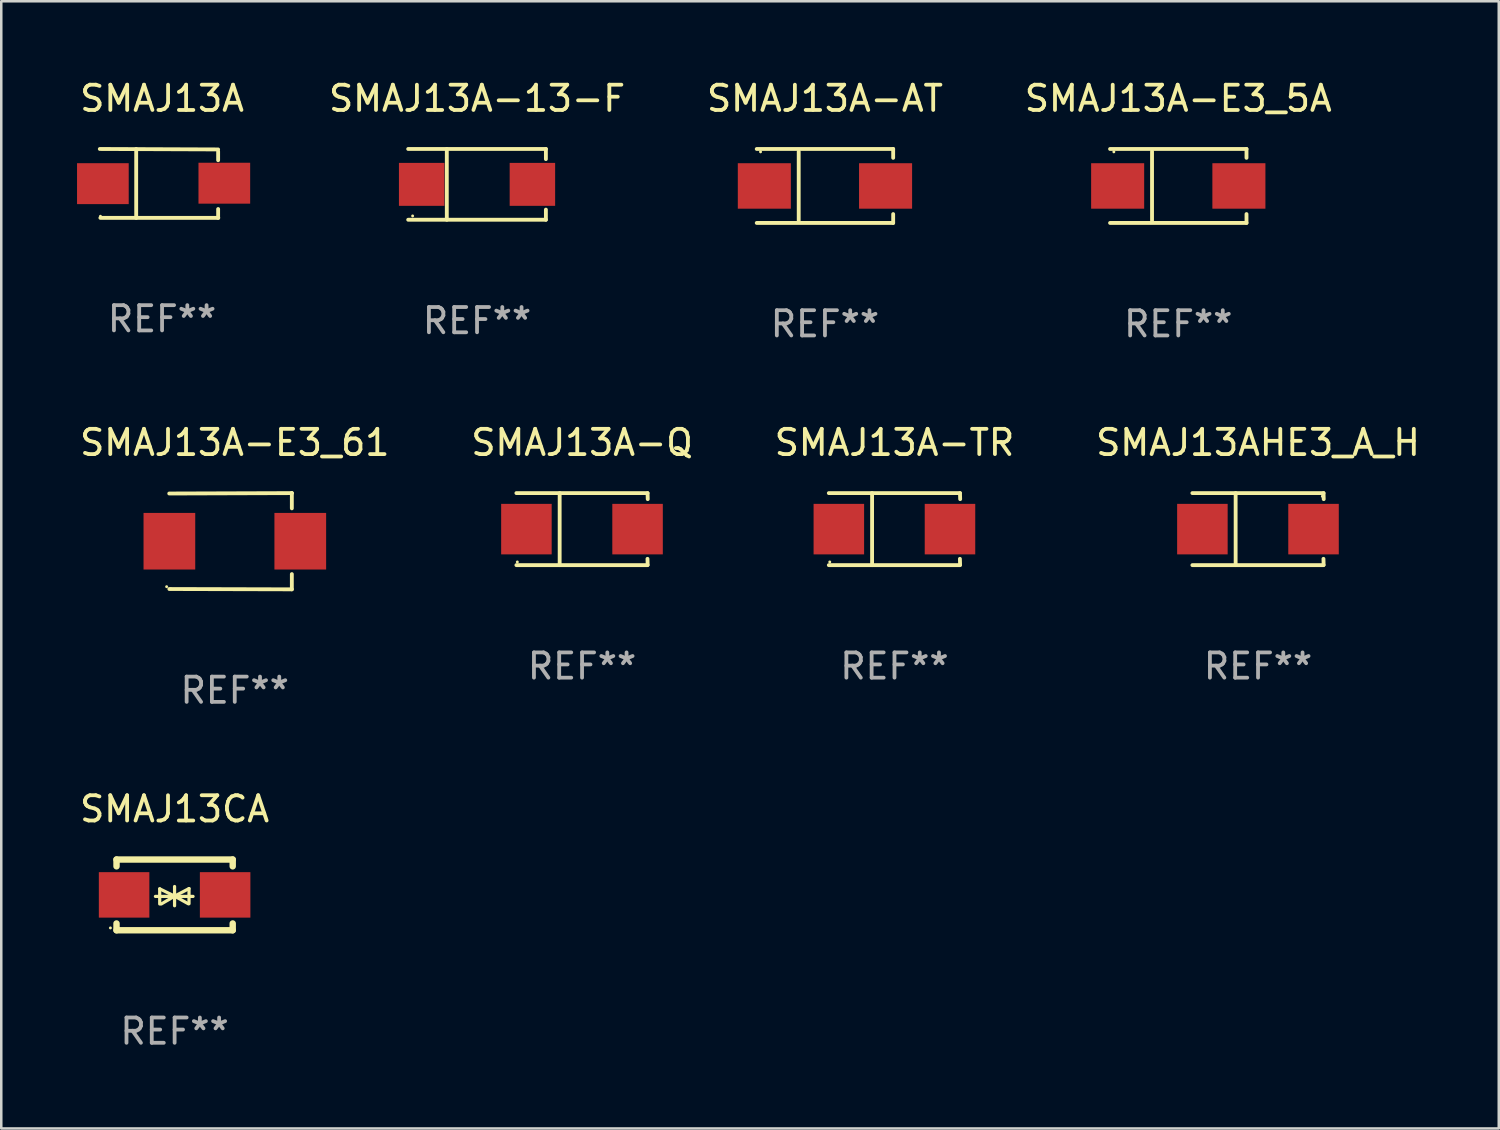
<source format=kicad_pcb>
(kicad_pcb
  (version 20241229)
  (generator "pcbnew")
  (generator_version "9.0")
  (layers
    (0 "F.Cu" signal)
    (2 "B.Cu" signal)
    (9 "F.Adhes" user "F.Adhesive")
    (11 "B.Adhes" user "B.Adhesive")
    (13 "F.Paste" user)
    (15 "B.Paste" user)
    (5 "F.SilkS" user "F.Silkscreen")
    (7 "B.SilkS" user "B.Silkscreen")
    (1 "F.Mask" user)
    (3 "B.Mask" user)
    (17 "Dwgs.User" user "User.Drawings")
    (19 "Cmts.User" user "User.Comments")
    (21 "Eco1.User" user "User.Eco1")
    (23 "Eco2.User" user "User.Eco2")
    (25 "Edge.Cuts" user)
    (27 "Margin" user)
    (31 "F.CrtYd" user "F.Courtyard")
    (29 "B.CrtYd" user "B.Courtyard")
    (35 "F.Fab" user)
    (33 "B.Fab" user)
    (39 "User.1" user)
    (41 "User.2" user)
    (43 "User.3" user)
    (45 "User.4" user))
  (footprint "SMAJ13A-AT"
    (layer "F.Cu")
    (at 29.61 4.312)
    (property "Reference" "SMAJ13A-AT" (at 0 -3.464 0) (layer "F.SilkS") (effects (font (size 1 1) (thickness 0.15))))
    (attr through_hole)
    (fp_line (start -2.701 -1.464) (end 2.701 -1.464) (stroke (width 0.152) (type solid)) (layer "F.SilkS"))
    (fp_line (start -2.701 1.464) (end 2.701 1.464) (stroke (width 0.152) (type solid)) (layer "F.SilkS"))
    (fp_line (start -1.039 -1.364) (end -1.039 1.364) (stroke (width 0.152) (type solid)) (layer "F.SilkS"))
    (fp_line (start 2.701 -1.464) (end 2.701 -1.113) (stroke (width 0.152) (type solid)) (layer "F.SilkS"))
    (fp_line (start 2.701 1.464) (end 2.701 1.113) (stroke (width 0.152) (type solid)) (layer "F.SilkS"))
    (fp_circle (center -2.55 -1.35) (end -2.52 -1.35) (stroke (width 0.06) (type solid)) (fill no) (layer "F.SilkS"))
    (fp_text user "REF**" (at 0 5.464 0) (layer "F.Fab") (effects (font (size 1 1) (thickness 0.15))))
    (pad "1" smd rect (at -2.4 0) (size 2.1 1.8) (layers "F.Cu" "F.Mask" "F.Paste"))
    (pad "2" smd rect (at 2.4 0) (size 2.1 1.8) (layers "F.Cu" "F.Mask" "F.Paste")))
  (footprint "SMAJ13A-TR"
    (layer "F.Cu")
    (at 32.363 17.898)
    (property "Reference" "SMAJ13A-TR" (at 0 -3.426 0) (layer "F.SilkS") (effects (font (size 1 1) (thickness 0.15))))
    (attr through_hole)
    (fp_line (start -2.6 -1.426) (end 2.593 -1.426) (stroke (width 0.152) (type solid)) (layer "F.SilkS"))
    (fp_line (start -2.6 1.426) (end 2.593 1.426) (stroke (width 0.152) (type solid)) (layer "F.SilkS"))
    (fp_line (start -0.887 -1.426) (end -0.887 1.426) (stroke (width 0.152) (type solid)) (layer "F.SilkS"))
    (fp_line (start 2.59 1.176) (end 2.597 1.415) (stroke (width 0.152) (type solid)) (layer "F.SilkS"))
    (fp_line (start 2.593 -1.426) (end 2.6 -1.187) (stroke (width 0.152) (type solid)) (layer "F.SilkS"))
    (fp_circle (center -2.563 1.3) (end -2.533 1.3) (stroke (width 0.06) (type solid)) (fill no) (layer "F.SilkS"))
    (fp_text user "REF**" (at 0 5.426 0) (layer "F.Fab") (effects (font (size 1 1) (thickness 0.15))))
    (pad "1" smd rect (at -2.203 -0.000025 180) (size 2 2) (layers "F.Cu" "F.Mask" "F.Paste"))
    (pad "2" smd rect (at 2.197 -0.000025 180) (size 2 2) (layers "F.Cu" "F.Mask" "F.Paste")))
  (footprint "SMAJ13A"
    (layer "F.Cu")
    (at 3.366 4.212)
    (property "Reference" "SMAJ13A" (at 0 -3.364 0) (layer "F.SilkS") (effects (font (size 1 1) (thickness 0.15))))
    (attr through_hole)
    (fp_line (start -2.465 -1.364) (end 2.22 -1.346) (stroke (width 0.152) (type solid)) (layer "F.SilkS"))
    (fp_line (start -2.442 1.364) (end 2.226 1.364) (stroke (width 0.152) (type solid)) (layer "F.SilkS"))
    (fp_line (start -1.024 -1.364) (end -1.024 1.364) (stroke (width 0.152) (type solid)) (layer "F.SilkS"))
    (fp_line (start 2.22 -1.27) (end 2.22 -0.919) (stroke (width 0.152) (type solid)) (layer "F.SilkS"))
    (fp_line (start 2.22 1.364) (end 2.22 1.013) (stroke (width 0.152) (type solid)) (layer "F.SilkS"))
    (fp_circle (center -2.439 1.3) (end -2.409 1.3) (stroke (width 0.06) (type solid)) (fill no) (layer "F.SilkS"))
    (fp_text user "REF**" (at 0 5.364 0) (layer "F.Fab") (effects (font (size 1 1) (thickness 0.15))))
    (pad "1" smd rect (at -2.343 0.009) (size 2.046 1.62) (layers "F.Cu" "F.Mask" "F.Paste"))
    (pad "2" smd rect (at 2.465 -0.009 180) (size 2.046 1.62) (layers "F.Cu" "F.Mask" "F.Paste")))
  (footprint "SMAJ13AHE3_A_H"
    (layer "F.Cu")
    (at 46.756 17.898)
    (property "Reference" "SMAJ13AHE3_A_H" (at 0 -3.426 0) (layer "F.SilkS") (effects (font (size 1 1) (thickness 0.15))))
    (attr through_hole)
    (fp_line (start -2.6 -1.426) (end 2.593 -1.426) (stroke (width 0.152) (type solid)) (layer "F.SilkS"))
    (fp_line (start -2.6 1.426) (end 2.593 1.426) (stroke (width 0.152) (type solid)) (layer "F.SilkS"))
    (fp_line (start -0.887 -1.426) (end -0.887 1.426) (stroke (width 0.152) (type solid)) (layer "F.SilkS"))
    (fp_line (start 2.59 1.176) (end 2.597 1.415) (stroke (width 0.152) (type solid)) (layer "F.SilkS"))
    (fp_line (start 2.593 -1.426) (end 2.6 -1.187) (stroke (width 0.152) (type solid)) (layer "F.SilkS"))
    (fp_circle (center 2.547 -1.3) (end 2.577 -1.3) (stroke (width 0.06) (type solid)) (fill no) (layer "F.SilkS"))
    (fp_text user "REF**" (at 0 5.426 0) (layer "F.Fab") (effects (font (size 1 1) (thickness 0.15))))
    (pad "1" smd rect (at 2.197 -0.000025 180) (size 2 2) (layers "F.Cu" "F.Mask" "F.Paste"))
    (pad "2" smd rect (at -2.203 -0.000025 180) (size 2 2) (layers "F.Cu" "F.Mask" "F.Paste")))
  (footprint "SMAJ13A-E3_61"
    (layer "F.Cu")
    (at 6.244 18.377)
    (property "Reference" "SMAJ13A-E3_61" (at 0 -3.905 0) (layer "F.SilkS") (effects (font (size 1 1) (thickness 0.15))))
    (attr through_hole)
    (fp_line (start 2.256 -1.905) (end -2.594 -1.889) (stroke (width 0.152) (type solid)) (layer "F.SilkS"))
    (fp_line (start 2.256 -1.905) (end 2.26 -1.905) (stroke (width 0.152) (type solid)) (layer "F.SilkS"))
    (fp_line (start 2.26 -1.905) (end 2.26 -1.301) (stroke (width 0.152) (type solid)) (layer "F.SilkS"))
    (fp_line (start 2.26 1.301) (end 2.26 1.905) (stroke (width 0.152) (type solid)) (layer "F.SilkS"))
    (fp_line (start 2.26 1.905) (end -2.59 1.892) (stroke (width 0.152) (type solid)) (layer "F.SilkS"))
    (fp_circle (center -2.697 1.8) (end -2.667 1.8) (stroke (width 0.06) (type solid)) (fill no) (layer "F.SilkS"))
    (fp_text user "REF**" (at 0 5.905 0) (layer "F.Fab") (effects (font (size 1 1) (thickness 0.15))))
    (pad "1" smd rect (at -2.588 0) (size 2.047 2.241) (layers "F.Cu" "F.Mask" "F.Paste"))
    (pad "2" smd rect (at 2.594 0) (size 2.047 2.241) (layers "F.Cu" "F.Mask" "F.Paste")))
  (footprint "SMAJ13A-13-F"
    (layer "F.Cu")
    (at 15.836 4.249)
    (property "Reference" "SMAJ13A-13-F" (at 0 -3.401 0) (layer "F.SilkS") (effects (font (size 1 1) (thickness 0.15))))
    (attr through_hole)
    (fp_line (start -2.726 -1.401) (end 2.726 -1.401) (stroke (width 0.152) (type solid)) (layer "F.SilkS"))
    (fp_line (start -2.726 1.401) (end 2.726 1.401) (stroke (width 0.152) (type solid)) (layer "F.SilkS"))
    (fp_line (start -1.197 -1.401) (end -1.197 1.401) (stroke (width 0.152) (type solid)) (layer "F.SilkS"))
    (fp_line (start 2.726 -1.401) (end 2.726 -1) (stroke (width 0.152) (type solid)) (layer "F.SilkS"))
    (fp_line (start 2.726 1.401) (end 2.726 1) (stroke (width 0.152) (type solid)) (layer "F.SilkS"))
    (fp_circle (center -2.55 1.25) (end -2.52 1.25) (stroke (width 0.06) (type solid)) (fill no) (layer "F.SilkS"))
    (fp_text user "REF**" (at 0 5.401 0) (layer "F.Fab") (effects (font (size 1 1) (thickness 0.15))))
    (pad "1" smd rect (at -2.192 0) (size 1.8 1.7) (layers "F.Cu" "F.Mask" "F.Paste"))
    (pad "2" smd rect (at 2.192 0) (size 1.8 1.7) (layers "F.Cu" "F.Mask" "F.Paste")))
  (footprint "SMAJ13A-E3_5A"
    (layer "F.Cu")
    (at 43.598 4.312)
    (property "Reference" "SMAJ13A-E3_5A" (at 0 -3.464 0) (layer "F.SilkS") (effects (font (size 1 1) (thickness 0.15))))
    (attr through_hole)
    (fp_line (start -2.701 -1.464) (end 2.701 -1.464) (stroke (width 0.152) (type solid)) (layer "F.SilkS"))
    (fp_line (start -2.701 1.464) (end 2.701 1.464) (stroke (width 0.152) (type solid)) (layer "F.SilkS"))
    (fp_line (start -1.039 -1.364) (end -1.039 1.364) (stroke (width 0.152) (type solid)) (layer "F.SilkS"))
    (fp_line (start 2.701 -1.464) (end 2.701 -1.113) (stroke (width 0.152) (type solid)) (layer "F.SilkS"))
    (fp_line (start 2.701 1.464) (end 2.701 1.113) (stroke (width 0.152) (type solid)) (layer "F.SilkS"))
    (fp_circle (center -2.55 -1.35) (end -2.52 -1.35) (stroke (width 0.06) (type solid)) (fill no) (layer "F.SilkS"))
    (fp_text user "REF**" (at 0 5.464 0) (layer "F.Fab") (effects (font (size 1 1) (thickness 0.15))))
    (pad "1" smd rect (at -2.4 0) (size 2.1 1.8) (layers "F.Cu" "F.Mask" "F.Paste"))
    (pad "2" smd rect (at 2.4 0) (size 2.1 1.8) (layers "F.Cu" "F.Mask" "F.Paste")))
  (footprint "SMAJ13CA"
    (layer "F.Cu")
    (at 3.863 32.379)
    (property "Reference" "SMAJ13CA" (at 0 -3.4 0) (layer "F.SilkS") (effects (font (size 1 1) (thickness 0.15))))
    (attr through_hole)
    (fp_line (start -2.3 -1.4) (end -2.3 -1.131) (stroke (width 0.254) (type solid)) (layer "F.SilkS"))
    (fp_line (start -2.3 -1.4) (end 2.3 -1.4) (stroke (width 0.254) (type solid)) (layer "F.SilkS"))
    (fp_line (start -2.3 1.131) (end -2.3 1.4) (stroke (width 0.254) (type solid)) (layer "F.SilkS"))
    (fp_line (start -2.3 1.4) (end 2.3 1.4) (stroke (width 0.254) (type solid)) (layer "F.SilkS"))
    (fp_line (start -0.76 0.06) (end 0.73 0.06) (stroke (width 0.127) (type solid)) (layer "F.SilkS"))
    (fp_line (start -0.59 -0.24) (end -0.59 0.36) (stroke (width 0.127) (type solid)) (layer "F.SilkS"))
    (fp_line (start -0.59 -0.24) (end -0.002 0.049) (stroke (width 0.127) (type solid)) (layer "F.SilkS"))
    (fp_line (start -0.53 0.36) (end -0.002 0.049) (stroke (width 0.127) (type solid)) (layer "F.SilkS"))
    (fp_line (start -0.002 0.049) (end -0.002 -0.332) (stroke (width 0.127) (type solid)) (layer "F.SilkS"))
    (fp_line (start -0.002 0.049) (end -0.002 0.43) (stroke (width 0.127) (type solid)) (layer "F.SilkS"))
    (fp_line (start 0.54 0.35) (end -0.002 0.049) (stroke (width 0.127) (type solid)) (layer "F.SilkS"))
    (fp_line (start 0.57 -0.25) (end -0.002 0.049) (stroke (width 0.127) (type solid)) (layer "F.SilkS"))
    (fp_line (start 0.57 -0.25) (end 0.57 0.35) (stroke (width 0.127) (type solid)) (layer "F.SilkS"))
    (fp_line (start 2.3 -1.4) (end 2.3 -1.131) (stroke (width 0.254) (type solid)) (layer "F.SilkS"))
    (fp_line (start 2.3 1.131) (end 2.3 1.4) (stroke (width 0.254) (type solid)) (layer "F.SilkS"))
    (fp_circle (center -2.542 1.308) (end -2.512 1.308) (stroke (width 0.06) (type solid)) (fill no) (layer "F.SilkS"))
    (fp_text user "REF**" (at 0 5.4 0) (layer "F.Fab") (effects (font (size 1 1) (thickness 0.15))))
    (pad "1" smd rect (at -2 0) (size 2 1.8) (layers "F.Cu" "F.Mask" "F.Paste"))
    (pad "2" smd rect (at 2 0) (size 2 1.8) (layers "F.Cu" "F.Mask" "F.Paste")))
  (footprint "SMAJ13A-Q"
    (layer "F.Cu")
    (at 19.994 17.898)
    (property "Reference" "SMAJ13A-Q" (at 0 -3.426 0) (layer "F.SilkS") (effects (font (size 1 1) (thickness 0.15))))
    (attr through_hole)
    (fp_line (start -2.6 -1.426) (end 2.593 -1.426) (stroke (width 0.152) (type solid)) (layer "F.SilkS"))
    (fp_line (start -2.6 1.426) (end 2.593 1.426) (stroke (width 0.152) (type solid)) (layer "F.SilkS"))
    (fp_line (start -0.887 -1.426) (end -0.887 1.426) (stroke (width 0.152) (type solid)) (layer "F.SilkS"))
    (fp_line (start 2.59 1.176) (end 2.597 1.415) (stroke (width 0.152) (type solid)) (layer "F.SilkS"))
    (fp_line (start 2.593 -1.426) (end 2.6 -1.187) (stroke (width 0.152) (type solid)) (layer "F.SilkS"))
    (fp_circle (center -2.563 1.3) (end -2.533 1.3) (stroke (width 0.06) (type solid)) (fill no) (layer "F.SilkS"))
    (fp_text user "REF**" (at 0 5.426 0) (layer "F.Fab") (effects (font (size 1 1) (thickness 0.15))))
    (pad "1" smd rect (at -2.203 -0.000025 180) (size 2 2) (layers "F.Cu" "F.Mask" "F.Paste"))
    (pad "2" smd rect (at 2.197 -0.000025 180) (size 2 2) (layers "F.Cu" "F.Mask" "F.Paste")))
  (gr_rect
    (start -3 -3)
    (end 56.286 41.627)
    (stroke (width 0.1) (type default))
    (fill no)
    (layer "Edge.Cuts")))
</source>
